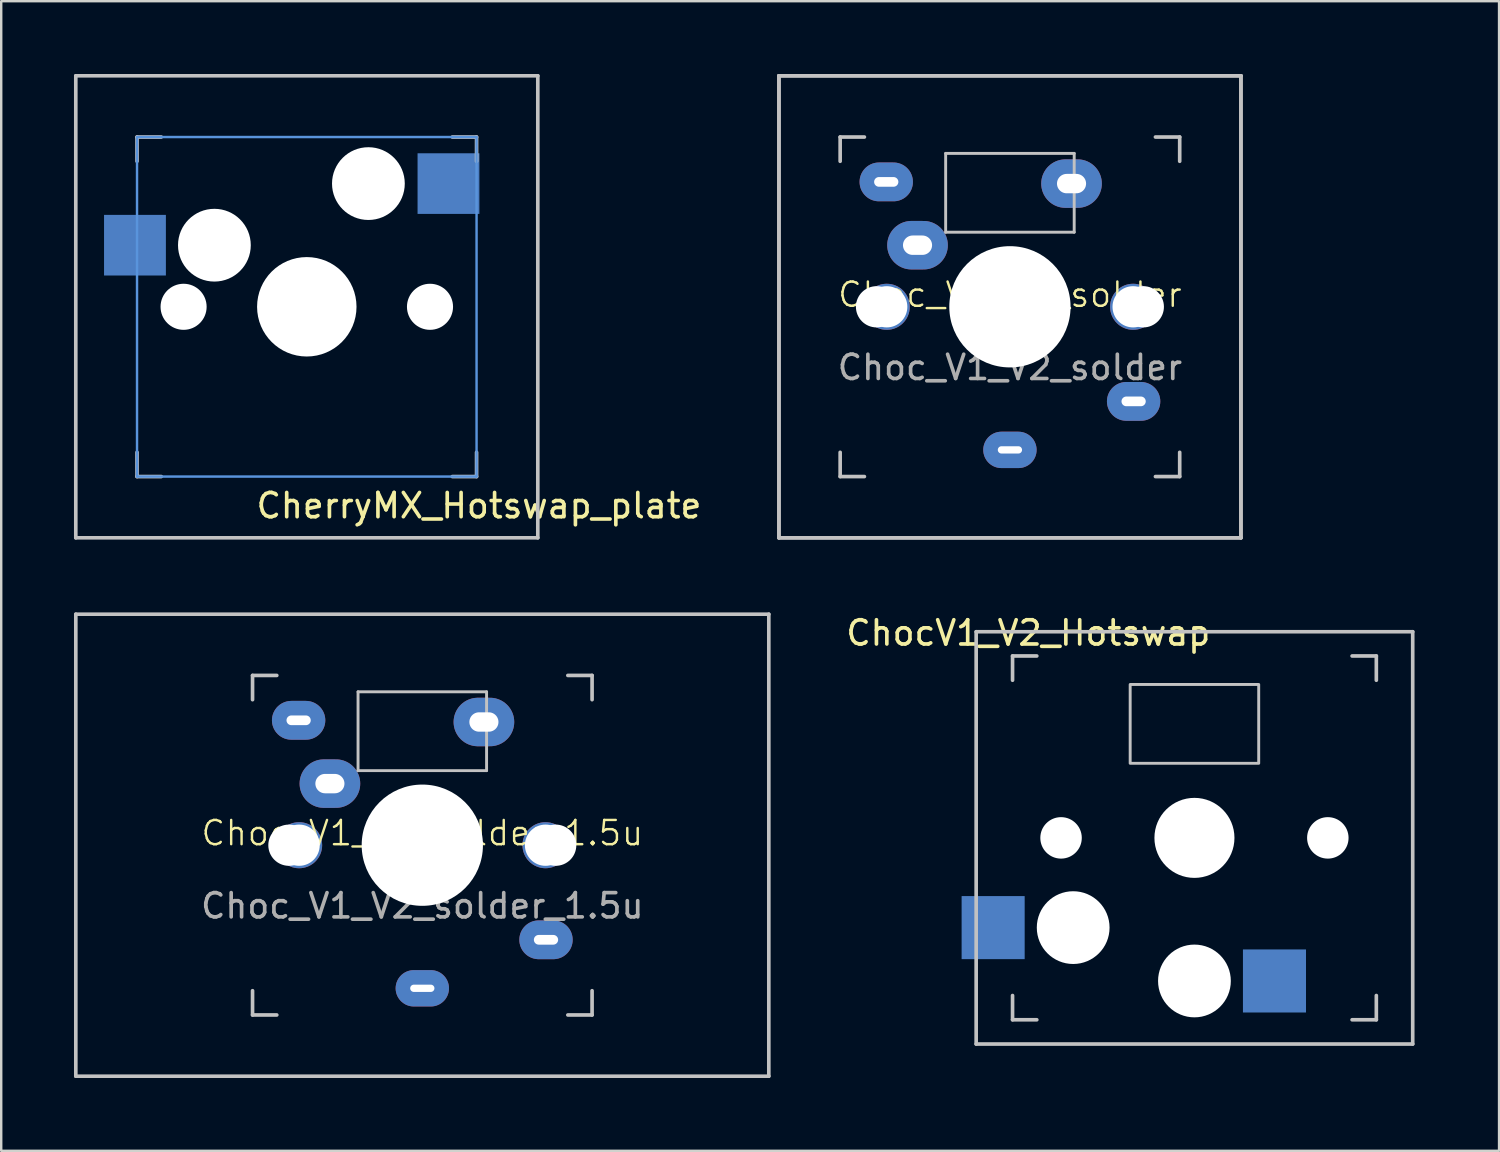
<source format=kicad_pcb>
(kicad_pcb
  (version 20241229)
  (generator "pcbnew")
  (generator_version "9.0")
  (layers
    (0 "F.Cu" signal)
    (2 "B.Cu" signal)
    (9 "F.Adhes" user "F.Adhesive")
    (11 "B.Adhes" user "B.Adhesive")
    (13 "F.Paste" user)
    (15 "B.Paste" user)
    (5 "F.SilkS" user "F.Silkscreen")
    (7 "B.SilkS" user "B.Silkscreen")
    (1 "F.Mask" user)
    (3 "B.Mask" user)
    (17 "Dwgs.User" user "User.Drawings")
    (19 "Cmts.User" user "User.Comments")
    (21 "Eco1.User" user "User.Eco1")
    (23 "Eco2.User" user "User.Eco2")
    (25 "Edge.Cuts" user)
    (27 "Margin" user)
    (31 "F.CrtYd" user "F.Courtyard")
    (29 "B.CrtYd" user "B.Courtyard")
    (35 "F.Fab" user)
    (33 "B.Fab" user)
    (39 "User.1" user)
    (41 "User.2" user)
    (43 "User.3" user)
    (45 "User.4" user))
  (footprint "Choc_V1_V2_solder_1.5u"
    (layer "F.Cu")
    (at 14.363 31.8)
    (property "Reference" "Choc_V1_V2_solder_1.5u" (at 0 -0.5 0) (unlocked yes) (layer "F.SilkS") (effects (font (size 1 1) (thickness 0.1))))
    (attr through_hole)
    (fp_line (start -14.287 -9.525) (end 14.287 -9.525) (stroke (width 0.15) (type solid)) (layer "Dwgs.User"))
    (fp_line (start -14.287 9.525) (end -14.287 -9.525) (stroke (width 0.15) (type solid)) (layer "Dwgs.User"))
    (fp_line (start -7 -7) (end -6 -7) (stroke (width 0.15) (type solid)) (layer "Dwgs.User"))
    (fp_line (start -7 -6) (end -7 -7) (stroke (width 0.15) (type solid)) (layer "Dwgs.User"))
    (fp_line (start -7 7) (end -7 6) (stroke (width 0.15) (type solid)) (layer "Dwgs.User"))
    (fp_line (start -6 7) (end -7 7) (stroke (width 0.15) (type solid)) (layer "Dwgs.User"))
    (fp_line (start -2.65 -6.325) (end -2.65 -3.075) (stroke (width 0.12) (type solid)) (layer "Dwgs.User"))
    (fp_line (start -2.65 -3.075) (end 2.65 -3.075) (stroke (width 0.12) (type solid)) (layer "Dwgs.User"))
    (fp_line (start 2.65 -6.325) (end -2.65 -6.325) (stroke (width 0.12) (type solid)) (layer "Dwgs.User"))
    (fp_line (start 2.65 -3.075) (end 2.65 -6.325) (stroke (width 0.12) (type solid)) (layer "Dwgs.User"))
    (fp_line (start 6 7) (end 7 7) (stroke (width 0.15) (type solid)) (layer "Dwgs.User"))
    (fp_line (start 7 -7) (end 6 -7) (stroke (width 0.15) (type solid)) (layer "Dwgs.User"))
    (fp_line (start 7 -6) (end 7 -7) (stroke (width 0.15) (type solid)) (layer "Dwgs.User"))
    (fp_line (start 7 7) (end 7 6) (stroke (width 0.15) (type solid)) (layer "Dwgs.User"))
    (fp_line (start 14.287 9.525) (end -14.287 9.525) (stroke (width 0.15) (type solid)) (layer "Dwgs.User"))
    (fp_line (start 14.287 9.525) (end 14.287 -9.525) (stroke (width 0.15) (type solid)) (layer "Dwgs.User"))
    (fp_text user "${REFERENCE}" (at 0 2.5 0) (unlocked yes) (layer "F.Fab") (effects (font (size 1 1) (thickness 0.15))))
    (pad "" np_thru_hole circle (at -5.5 0 90) (size 1.7 1.7) (drill 1.7) (layers "*.Cu" "*.Mask"))
    (pad "" np_thru_hole oval (at -5.1 -5.15 180) (size 2.2 1.6) (drill oval 1 0.4) (layers "*.Cu" "*.Mask"))
    (pad "" np_thru_hole circle (at -5.08 0) (size 1.9 1.9) (drill 1.7) (layers "*.Cu" "*.Mask"))
    (pad "" np_thru_hole circle (at 0 0 90) (size 5 5) (drill 5) (layers "*.Cu" "*.Mask"))
    (pad "" np_thru_hole circle (at 5.08 0) (size 1.9 1.9) (drill 1.7) (layers "*.Cu" "*.Mask"))
    (pad "" np_thru_hole circle (at 5.5 0 90) (size 1.7 1.7) (drill 1.7) (layers "*.Cu" "*.Mask"))
    (pad "1" thru_hole oval (at -3.81 -2.54) (size 2.5 2) (drill oval 1.2 0.8) (layers "*.Cu" "B.Mask"))
    (pad "1" thru_hole oval (at 5.1 3.9 180) (size 2.2 1.6) (drill oval 1 0.4) (layers "*.Cu" "F.Mask"))
    (pad "2" thru_hole oval (at 0 5.9 180) (size 2.2 1.5) (drill oval 1 0.3) (layers "*.Cu" "F.Mask"))
    (pad "2" thru_hole oval (at 2.54 -5.08) (size 2.5 2) (drill oval 1.2 0.8) (layers "*.Cu" "B.Mask")))
  (footprint "Choc_V1_V2_solder"
    (layer "F.Cu")
    (at 38.592 9.6)
    (property "Reference" "Choc_V1_V2_solder" (at 0 -0.5 0) (unlocked yes) (layer "F.SilkS") (effects (font (size 1 1) (thickness 0.1))))
    (attr through_hole)
    (fp_line (start -9.525 -9.525) (end -9.525 9.525) (stroke (width 0.15) (type solid)) (layer "Dwgs.User"))
    (fp_line (start -9.525 -9.525) (end 9.525 -9.525) (stroke (width 0.15) (type solid)) (layer "Dwgs.User"))
    (fp_line (start -9.525 9.525) (end -9.525 -9.525) (stroke (width 0.15) (type solid)) (layer "Dwgs.User"))
    (fp_line (start -9.525 9.525) (end 9.525 9.525) (stroke (width 0.15) (type solid)) (layer "Dwgs.User"))
    (fp_line (start -7 -7) (end -6 -7) (stroke (width 0.15) (type solid)) (layer "Dwgs.User"))
    (fp_line (start -7 -6) (end -7 -7) (stroke (width 0.15) (type solid)) (layer "Dwgs.User"))
    (fp_line (start -7 7) (end -7 6) (stroke (width 0.15) (type solid)) (layer "Dwgs.User"))
    (fp_line (start -6 7) (end -7 7) (stroke (width 0.15) (type solid)) (layer "Dwgs.User"))
    (fp_line (start -2.65 -6.325) (end -2.65 -3.075) (stroke (width 0.12) (type solid)) (layer "Dwgs.User"))
    (fp_line (start -2.65 -3.075) (end 2.65 -3.075) (stroke (width 0.12) (type solid)) (layer "Dwgs.User"))
    (fp_line (start 2.65 -6.325) (end -2.65 -6.325) (stroke (width 0.12) (type solid)) (layer "Dwgs.User"))
    (fp_line (start 2.65 -3.075) (end 2.65 -6.325) (stroke (width 0.12) (type solid)) (layer "Dwgs.User"))
    (fp_line (start 6 7) (end 7 7) (stroke (width 0.15) (type solid)) (layer "Dwgs.User"))
    (fp_line (start 7 -7) (end 6 -7) (stroke (width 0.15) (type solid)) (layer "Dwgs.User"))
    (fp_line (start 7 -6) (end 7 -7) (stroke (width 0.15) (type solid)) (layer "Dwgs.User"))
    (fp_line (start 7 7) (end 7 6) (stroke (width 0.15) (type solid)) (layer "Dwgs.User"))
    (fp_line (start 9.525 -9.525) (end -9.525 -9.525) (stroke (width 0.15) (type solid)) (layer "Dwgs.User"))
    (fp_line (start 9.525 -9.525) (end 9.525 9.525) (stroke (width 0.15) (type solid)) (layer "Dwgs.User"))
    (fp_line (start 9.525 9.525) (end -9.525 9.525) (stroke (width 0.15) (type solid)) (layer "Dwgs.User"))
    (fp_line (start 9.525 9.525) (end 9.525 -9.525) (stroke (width 0.15) (type solid)) (layer "Dwgs.User"))
    (fp_text user "${REFERENCE}" (at 0 2.5 0) (unlocked yes) (layer "F.Fab") (effects (font (size 1 1) (thickness 0.15))))
    (pad "" np_thru_hole circle (at -5.5 0 90) (size 1.7 1.7) (drill 1.7) (layers "*.Cu" "*.Mask"))
    (pad "" np_thru_hole oval (at -5.1 -5.15 180) (size 2.2 1.6) (drill oval 1 0.4) (layers "*.Cu" "*.Mask"))
    (pad "" np_thru_hole circle (at -5.08 0) (size 1.9 1.9) (drill 1.7) (layers "*.Cu" "*.Mask"))
    (pad "" np_thru_hole circle (at 0 0 90) (size 5 5) (drill 5) (layers "*.Cu" "*.Mask"))
    (pad "" np_thru_hole circle (at 5.08 0) (size 1.9 1.9) (drill 1.7) (layers "*.Cu" "*.Mask"))
    (pad "" np_thru_hole circle (at 5.5 0 90) (size 1.7 1.7) (drill 1.7) (layers "*.Cu" "*.Mask"))
    (pad "1" thru_hole oval (at -3.81 -2.54) (size 2.5 2) (drill oval 1.2 0.8) (layers "*.Cu" "B.Mask"))
    (pad "1" thru_hole oval (at 5.1 3.9 180) (size 2.2 1.6) (drill oval 1 0.4) (layers "*.Cu" "F.Mask"))
    (pad "2" thru_hole oval (at 0 5.9 180) (size 2.2 1.5) (drill oval 1 0.3) (layers "*.Cu" "F.Mask"))
    (pad "2" thru_hole oval (at 2.54 -5.08) (size 2.5 2) (drill oval 1.2 0.8) (layers "*.Cu" "B.Mask")))
  (footprint "ChocV1_V2_Hotswap"
    (layer "F.Cu")
    (at 46.2 31.498)
    (property "Reference" "ChocV1_V2_Hotswap" (at -6.85 -8.45 0) (layer "F.SilkS") (effects (font (size 1 1) (thickness 0.15))))
    (attr through_hole)
    (fp_line (start -9 -8.5) (end 9 -8.5) (stroke (width 0.15) (type solid)) (layer "Dwgs.User"))
    (fp_line (start -9 8.5) (end -9 -8.5) (stroke (width 0.15) (type solid)) (layer "Dwgs.User"))
    (fp_line (start -7.5 -7.5) (end -6.5 -7.5) (stroke (width 0.15) (type solid)) (layer "Dwgs.User"))
    (fp_line (start -7.5 -6.5) (end -7.5 -7.5) (stroke (width 0.15) (type solid)) (layer "Dwgs.User"))
    (fp_line (start -7.5 7.5) (end -7.5 6.5) (stroke (width 0.15) (type solid)) (layer "Dwgs.User"))
    (fp_line (start -6.5 7.5) (end -7.5 7.5) (stroke (width 0.15) (type solid)) (layer "Dwgs.User"))
    (fp_line (start 6.5 7.5) (end 7.5 7.5) (stroke (width 0.15) (type solid)) (layer "Dwgs.User"))
    (fp_line (start 7.5 -7.5) (end 6.5 -7.5) (stroke (width 0.15) (type solid)) (layer "Dwgs.User"))
    (fp_line (start 7.5 -6.5) (end 7.5 -7.5) (stroke (width 0.15) (type solid)) (layer "Dwgs.User"))
    (fp_line (start 7.5 7.5) (end 7.5 6.5) (stroke (width 0.15) (type solid)) (layer "Dwgs.User"))
    (fp_line (start 9 -8.5) (end 9 8.5) (stroke (width 0.15) (type solid)) (layer "Dwgs.User"))
    (fp_line (start 9 8.5) (end -9 8.5) (stroke (width 0.15) (type solid)) (layer "Dwgs.User"))
    (fp_rect (start -2.65 -3.075) (end 2.65 -6.325) (stroke (width 0.12) (type solid)) (fill no) (layer "Dwgs.User"))
    (fp_rect (start -9.5 -9) (end 9.5 9) (stroke (width 0.12) (type solid)) (fill no) (layer "Eco1.User"))
    (pad "" np_thru_hole circle (at -5.5 0 90) (size 1.71 1.71) (drill 1.71) (layers "*.Cu"))
    (pad "" np_thru_hole circle (at -5 3.7 90) (size 3 3) (drill 3) (layers "*.Cu" "*.Mask"))
    (pad "" np_thru_hole circle (at 0 0 90) (size 3.3 3.3) (drill 3.3) (layers "*.Cu"))
    (pad "" np_thru_hole circle (at 0 5.9 90) (size 3 3) (drill 3) (layers "*.Cu" "*.Mask"))
    (pad "" np_thru_hole circle (at 5.5 0 90) (size 1.71 1.71) (drill 1.71) (layers "*.Cu"))
    (pad "1" smd rect (at -8.3 3.7 180) (size 2.6 2.6) (layers "B.Cu" "B.Mask" "B.Paste"))
    (pad "2" smd rect (at 3.3 5.9 180) (size 2.6 2.6) (layers "B.Cu" "B.Mask" "B.Paste")))
  (footprint "CherryMX_Hotswap_plate"
    (layer "F.Cu")
    (at 9.6 9.6)
    (property "Reference" "CherryMX_Hotswap_plate" (at 7.1 8.2 0) (layer "F.SilkS") (effects (font (size 1 1) (thickness 0.15))))
    (fp_line (start -9.525 -9.525) (end 9.525 -9.525) (stroke (width 0.15) (type solid)) (layer "Dwgs.User"))
    (fp_line (start -9.525 9.525) (end -9.525 -9.525) (stroke (width 0.15) (type solid)) (layer "Dwgs.User"))
    (fp_line (start -7 -7) (end -6 -7) (stroke (width 0.15) (type solid)) (layer "Dwgs.User"))
    (fp_line (start -7 -6) (end -7 -7) (stroke (width 0.15) (type solid)) (layer "Dwgs.User"))
    (fp_line (start -7 6) (end -7 7) (stroke (width 0.15) (type solid)) (layer "Dwgs.User"))
    (fp_line (start -7 7) (end -6 7) (stroke (width 0.15) (type solid)) (layer "Dwgs.User"))
    (fp_line (start 6 7) (end 7 7) (stroke (width 0.15) (type solid)) (layer "Dwgs.User"))
    (fp_line (start 7 -7) (end 6 -7) (stroke (width 0.15) (type solid)) (layer "Dwgs.User"))
    (fp_line (start 7 -7) (end 7 -6) (stroke (width 0.15) (type solid)) (layer "Dwgs.User"))
    (fp_line (start 7 7) (end 7 6) (stroke (width 0.15) (type solid)) (layer "Dwgs.User"))
    (fp_line (start 9.525 -9.525) (end 9.525 9.525) (stroke (width 0.15) (type solid)) (layer "Dwgs.User"))
    (fp_line (start 9.525 9.525) (end -9.525 9.525) (stroke (width 0.15) (type solid)) (layer "Dwgs.User"))
    (fp_line (start -7 -7) (end 7 -7) (stroke (width 0.1) (type default)) (layer "Cmts.User"))
    (fp_line (start -7 7) (end -7 -7) (stroke (width 0.1) (type default)) (layer "Cmts.User"))
    (fp_line (start 7 -7) (end 7 7) (stroke (width 0.1) (type default)) (layer "Cmts.User"))
    (fp_line (start 7 7) (end -7 7) (stroke (width 0.1) (type default)) (layer "Cmts.User"))
    (pad "" np_thru_hole circle (at -5.08 0) (size 1.9 1.9) (drill 1.9) (layers "*.Cu" "*.Mask"))
    (pad "" np_thru_hole circle (at -3.81 -2.54) (size 3 3) (drill 3) (layers "*.Cu" "*.Mask"))
    (pad "" np_thru_hole circle (at 0 0 90) (size 4.1 4.1) (drill 4.1) (layers "*.Cu" "*.Mask"))
    (pad "" np_thru_hole circle (at 2.54 -5.08) (size 3 3) (drill 3) (layers "*.Cu" "*.Mask"))
    (pad "" np_thru_hole circle (at 5.08 0) (size 1.9 1.9) (drill 1.9) (layers "*.Cu" "*.Mask"))
    (pad "1" smd rect (at -7.085 -2.54 180) (size 2.55 2.5) (layers "B.Cu" "B.Mask" "B.Paste"))
    (pad "2" smd rect (at 5.842 -5.08 180) (size 2.55 2.5) (layers "B.Cu" "B.Mask" "B.Paste")))
  (gr_rect
    (start -3 -3)
    (end 58.76 44.4)
    (stroke (width 0.1) (type default))
    (fill no)
    (layer "Edge.Cuts")))
</source>
